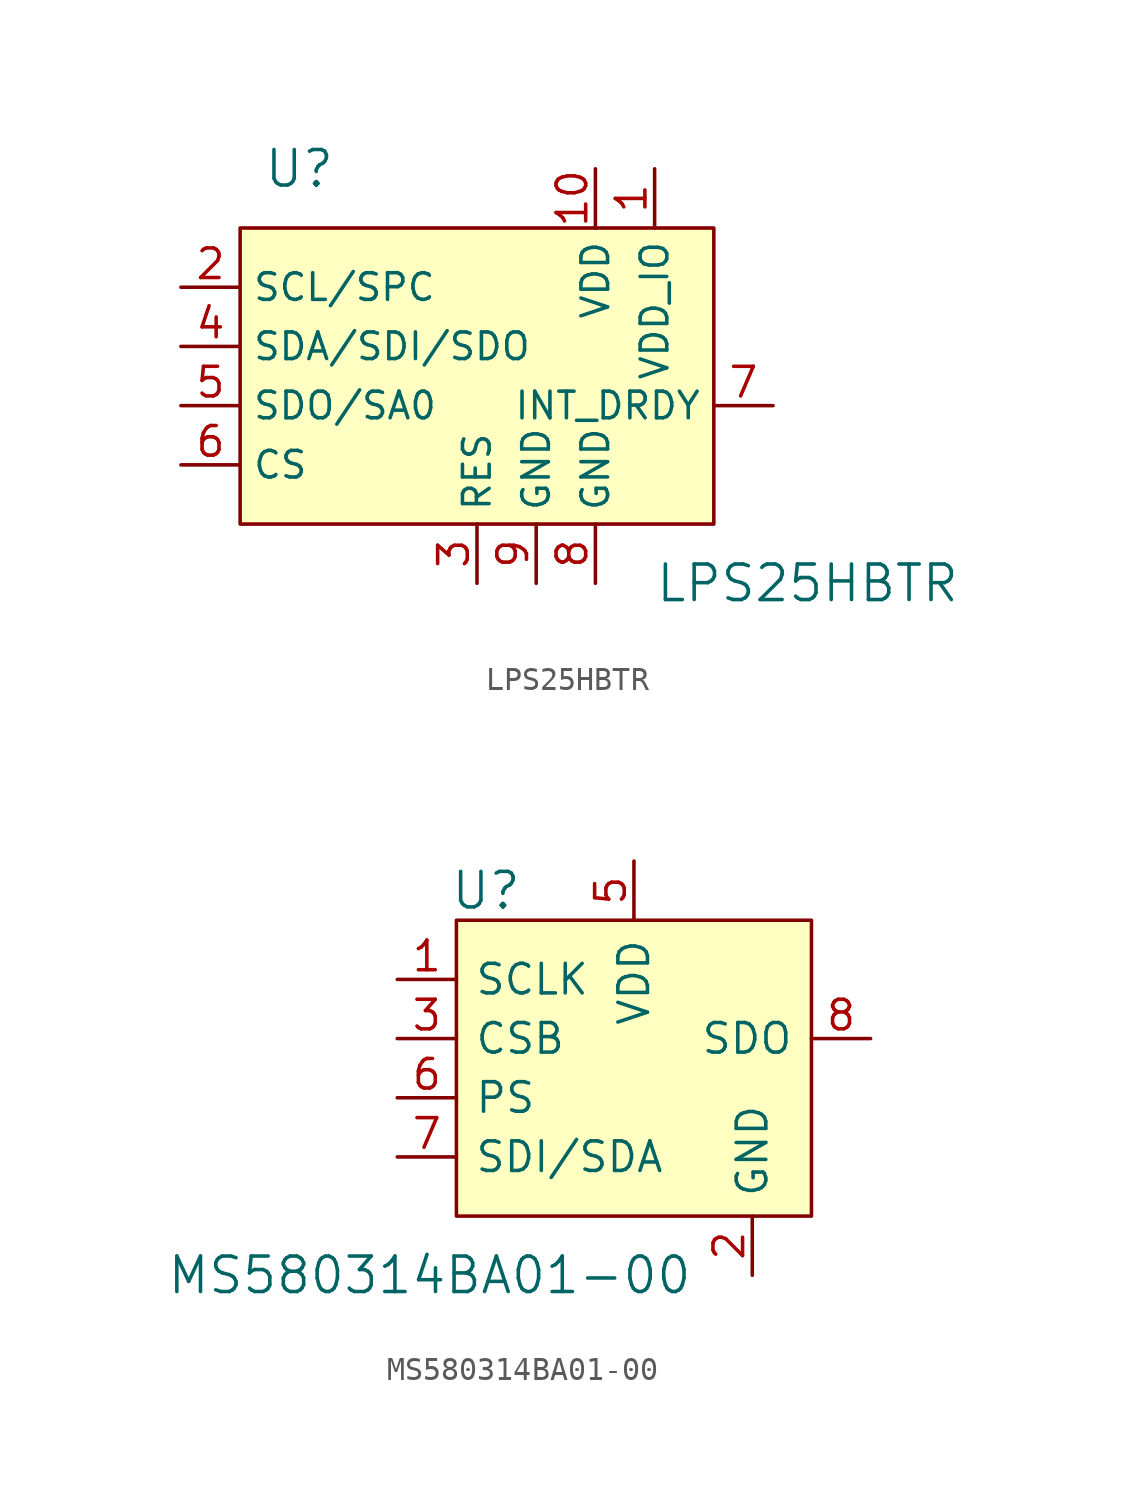
<source format=kicad_sym>
(kicad_symbol_lib
  (version 20220914)
  (generator kicad_symbol_editor)
  (symbol "LPS25HBTR"
    (property "Reference" "U"
      (at -7.62 7.62 0)
      (effects (font (size 1.524 1.524))))
    (property "Value" "LPS25HBTR"
      (at 7.62 -10.16 0)
      (effects (font (size 1.524 1.524)) (justify left)))
    (symbol "LPS25HBTR_0_1"
      (rectangle (start -10.16 5.08) (end 10.16 -7.62) (stroke (width 0) (type default)) (fill (type background))))
    (symbol "LPS25HBTR_1_1"
      (pin power_in line (at 7.62 7.62 270) (length 2.54) (name "VDD_IO" (effects (font (size 1.143 1.143)))) (number "1" (effects (font (size 1.27 1.27)))))
      (pin power_in line (at 5.08 7.62 270) (length 2.54) (name "VDD" (effects (font (size 1.143 1.143)))) (number "10" (effects (font (size 1.27 1.27)))))
      (pin input line (at -12.7 2.54 0) (length 2.54) (name "SCL/SPC" (effects (font (size 1.143 1.143)))) (number "2" (effects (font (size 1.27 1.27)))))
      (pin passive line (at 0 -10.16 90) (length 2.54) (name "RES" (effects (font (size 1.143 1.143)))) (number "3" (effects (font (size 1.27 1.27)))))
      (pin bidirectional line (at -12.7 0 0) (length 2.54) (name "SDA/SDI/SDO" (effects (font (size 1.143 1.143)))) (number "4" (effects (font (size 1.27 1.27)))))
      (pin bidirectional line (at -12.7 -2.54 0) (length 2.54) (name "SDO/SA0" (effects (font (size 1.143 1.143)))) (number "5" (effects (font (size 1.27 1.27)))))
      (pin input line (at -12.7 -5.08 0) (length 2.54) (name "CS" (effects (font (size 1.143 1.143)))) (number "6" (effects (font (size 1.27 1.27)))))
      (pin output line (at 12.7 -2.54 180) (length 2.54) (name "INT_DRDY" (effects (font (size 1.143 1.143)))) (number "7" (effects (font (size 1.27 1.27)))))
      (pin power_in line (at 5.08 -10.16 90) (length 2.54) (name "GND" (effects (font (size 1.143 1.143)))) (number "8" (effects (font (size 1.27 1.27)))))
      (pin power_in line (at 2.54 -10.16 90) (length 2.54) (name "GND" (effects (font (size 1.143 1.143)))) (number "9" (effects (font (size 1.27 1.27)))))))
  (symbol "MS580314BA01-00"
    (pin_names
      (offset 0.762))
    (property "Reference" "U"
      (at -6.35 8.89 0)
      (effects (font (size 1.524 1.524))))
    (property "Value" "MS580314BA01-00"
      (at 2.54 -7.62 0)
      (effects (font (size 1.524 1.524)) (justify right)))
    (symbol "MS580314BA01-00_0_1"
      (rectangle (start -7.62 7.62) (end 7.62 -5.08) (stroke (width 0) (type default)) (fill (type background))))
    (symbol "MS580314BA01-00_1_1"
      (pin input line (at -10.16 5.08 0) (length 2.54) (name "SCLK" (effects (font (size 1.27 1.27)))) (number "1" (effects (font (size 1.27 1.27)))))
      (pin power_in line (at 5.08 -7.62 90) (length 2.54) (name "GND" (effects (font (size 1.27 1.27)))) (number "2" (effects (font (size 1.27 1.27)))))
      (pin input line (at -10.16 2.54 0) (length 2.54) (name "CSB" (effects (font (size 1.27 1.27)))) (number "3" (effects (font (size 1.27 1.27)))))
      (pin no_connect line (at 7.62 0 180) (length 2.54) hide (name "NC" (effects (font (size 1.27 1.27)))) (number "4" (effects (font (size 1.27 1.27)))))
      (pin power_in line (at 0 10.16 270) (length 2.54) (name "VDD" (effects (font (size 1.27 1.27)))) (number "5" (effects (font (size 1.27 1.27)))))
      (pin input line (at -10.16 0 0) (length 2.54) (name "PS" (effects (font (size 1.27 1.27)))) (number "6" (effects (font (size 1.27 1.27)))))
      (pin input line (at -10.16 -2.54 0) (length 2.54) (name "SDI/SDA" (effects (font (size 1.27 1.27)))) (number "7" (effects (font (size 1.27 1.27)))))
      (pin output line (at 10.16 2.54 180) (length 2.54) (name "SDO" (effects (font (size 1.27 1.27)))) (number "8" (effects (font (size 1.27 1.27))))))))
</source>
